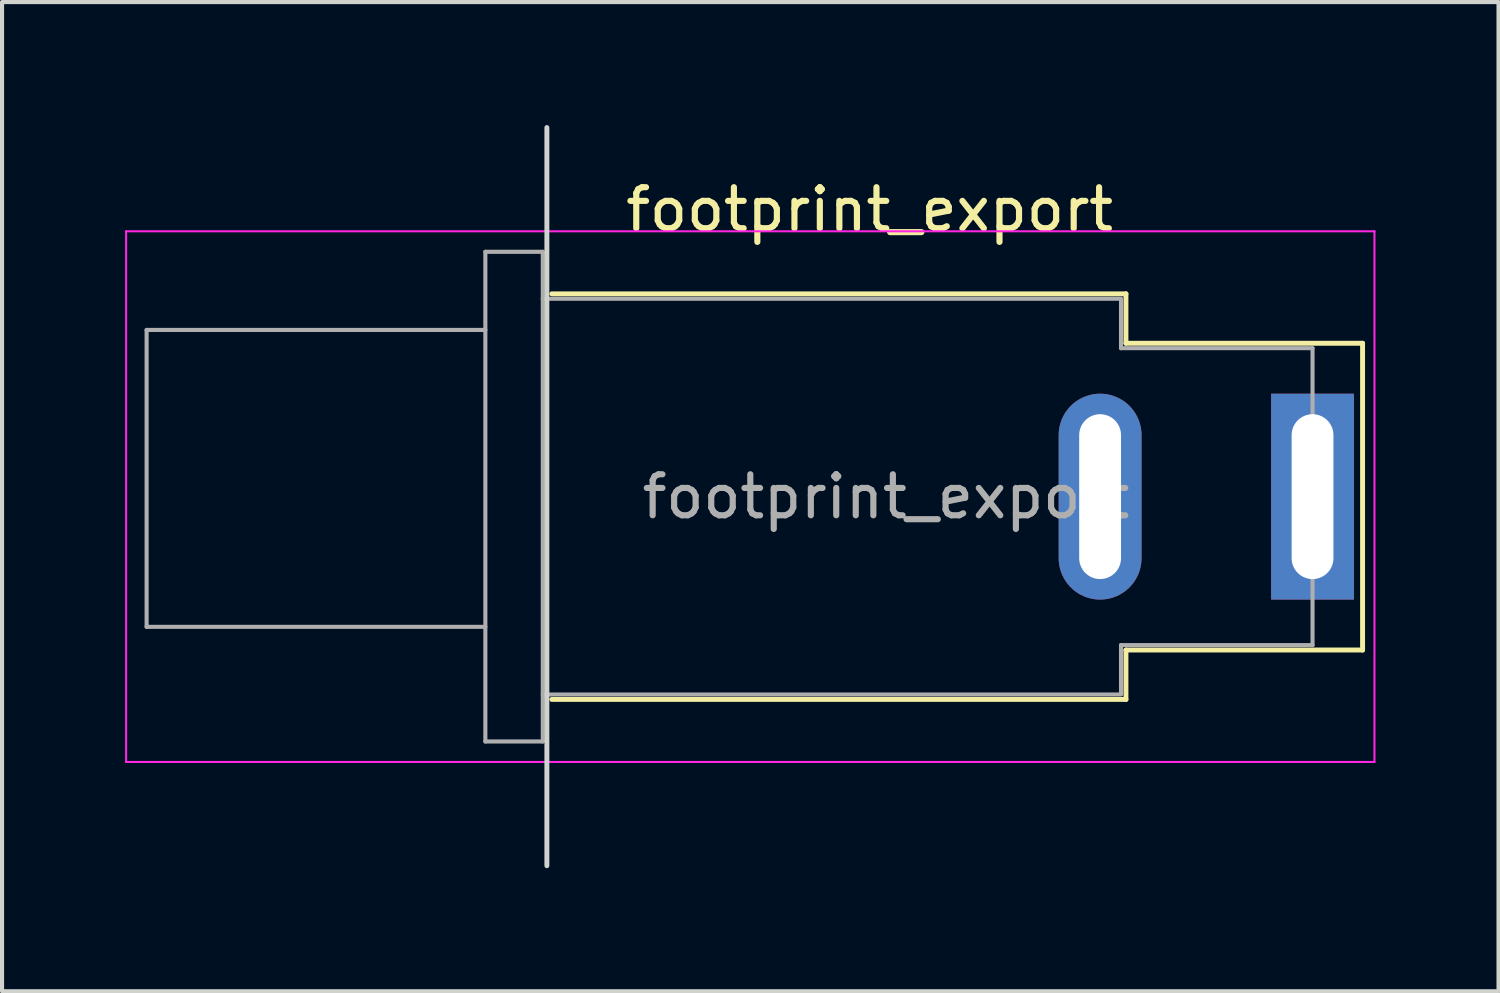
<source format=kicad_pcb>
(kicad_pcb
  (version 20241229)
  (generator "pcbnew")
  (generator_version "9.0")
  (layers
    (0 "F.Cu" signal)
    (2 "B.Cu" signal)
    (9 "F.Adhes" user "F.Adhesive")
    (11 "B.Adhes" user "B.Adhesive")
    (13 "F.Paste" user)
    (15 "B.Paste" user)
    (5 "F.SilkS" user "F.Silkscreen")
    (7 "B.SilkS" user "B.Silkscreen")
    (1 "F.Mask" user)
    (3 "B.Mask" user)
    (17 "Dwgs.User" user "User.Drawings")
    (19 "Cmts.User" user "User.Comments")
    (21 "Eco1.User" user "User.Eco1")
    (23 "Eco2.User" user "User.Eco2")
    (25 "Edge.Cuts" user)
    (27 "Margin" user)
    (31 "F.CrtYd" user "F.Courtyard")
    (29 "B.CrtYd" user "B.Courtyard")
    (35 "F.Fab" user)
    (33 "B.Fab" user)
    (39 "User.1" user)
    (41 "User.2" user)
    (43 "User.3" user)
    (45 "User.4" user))
  (footprint "footprint_export"
    (layer "F.Cu")
    (at 28.955 9.06)
    (property "Reference" "footprint_export" (at -10.8 -7 0) (layer "F.SilkS") (effects (font (size 1 1) (thickness 0.15))))
    (attr through_hole)
    (fp_line (start -18.55 4.945) (end -4.55 4.945) (stroke (width 0.12) (type solid)) (layer "F.SilkS"))
    (fp_line (start -4.55 -4.945) (end -18.55 -4.945) (stroke (width 0.12) (type solid)) (layer "F.SilkS"))
    (fp_line (start -4.55 -3.74) (end -4.55 -4.945) (stroke (width 0.12) (type solid)) (layer "F.SilkS"))
    (fp_line (start -4.55 3.74) (end 1.22 3.74) (stroke (width 0.12) (type solid)) (layer "F.SilkS"))
    (fp_line (start -4.55 4.945) (end -4.55 3.74) (stroke (width 0.12) (type solid)) (layer "F.SilkS"))
    (fp_line (start 1.22 -3.74) (end -4.55 -3.74) (stroke (width 0.12) (type solid)) (layer "F.SilkS"))
    (fp_line (start 1.22 3.74) (end 1.22 -3.74) (stroke (width 0.12) (type solid)) (layer "F.SilkS"))
    (fp_line (start -18.67 -9) (end -18.67 9) (stroke (width 0.12) (type solid)) (layer "Edge.Cuts"))
    (fp_line (start -28.93 -6.47) (end 1.51 -6.47) (stroke (width 0.05) (type solid)) (layer "F.CrtYd"))
    (fp_line (start -28.93 6.47) (end -28.93 -6.47) (stroke (width 0.05) (type solid)) (layer "F.CrtYd"))
    (fp_line (start 1.51 -6.47) (end 1.51 6.47) (stroke (width 0.05) (type solid)) (layer "F.CrtYd"))
    (fp_line (start 1.51 6.47) (end -28.93 6.47) (stroke (width 0.05) (type solid)) (layer "F.CrtYd"))
    (fp_line (start -28.43 -4.065) (end -28.43 3.175) (stroke (width 0.1) (type solid)) (layer "F.Fab"))
    (fp_line (start -28.43 3.175) (end -20.17 3.175) (stroke (width 0.1) (type solid)) (layer "F.Fab"))
    (fp_line (start -20.17 -5.97) (end -20.17 5.97) (stroke (width 0.1) (type solid)) (layer "F.Fab"))
    (fp_line (start -20.17 -5.97) (end -18.77 -5.97) (stroke (width 0.1) (type solid)) (layer "F.Fab"))
    (fp_line (start -20.17 -4.065) (end -28.43 -4.065) (stroke (width 0.1) (type solid)) (layer "F.Fab"))
    (fp_line (start -20.17 5.97) (end -18.77 5.97) (stroke (width 0.1) (type solid)) (layer "F.Fab"))
    (fp_line (start -18.77 -5.97) (end -18.77 5.97) (stroke (width 0.1) (type solid)) (layer "F.Fab"))
    (fp_line (start -18.77 -4.825) (end -4.67 -4.825) (stroke (width 0.1) (type solid)) (layer "F.Fab"))
    (fp_line (start -18.77 4.825) (end -4.67 4.825) (stroke (width 0.1) (type solid)) (layer "F.Fab"))
    (fp_line (start -4.67 -3.62) (end -4.67 -4.8) (stroke (width 0.1) (type solid)) (layer "F.Fab"))
    (fp_line (start -4.67 3.62) (end 0 3.62) (stroke (width 0.1) (type solid)) (layer "F.Fab"))
    (fp_line (start -4.67 4.8) (end -4.67 3.62) (stroke (width 0.1) (type solid)) (layer "F.Fab"))
    (fp_line (start 0 -3.62) (end -4.67 -3.62) (stroke (width 0.1) (type solid)) (layer "F.Fab"))
    (fp_line (start 0 3.62) (end 0 -3.62) (stroke (width 0.1) (type solid)) (layer "F.Fab"))
    (fp_text user "${REFERENCE}" (at -10.4 0 0) (layer "F.Fab") (effects (font (size 1 1) (thickness 0.15))))
    (pad "1" thru_hole rect (at 0 0) (size 2.02 5.02) (drill oval 1.02 4.02) (layers "*.Cu" "*.Mask"))
    (pad "2" thru_hole oval (at -5.18 0) (size 2.02 5.02) (drill oval 1.02 4.02) (layers "*.Cu" "*.Mask")))
  (gr_rect
    (start -3 -3)
    (end 33.49 21.12)
    (stroke (width 0.1) (type default))
    (fill no)
    (layer "Edge.Cuts")))
</source>
